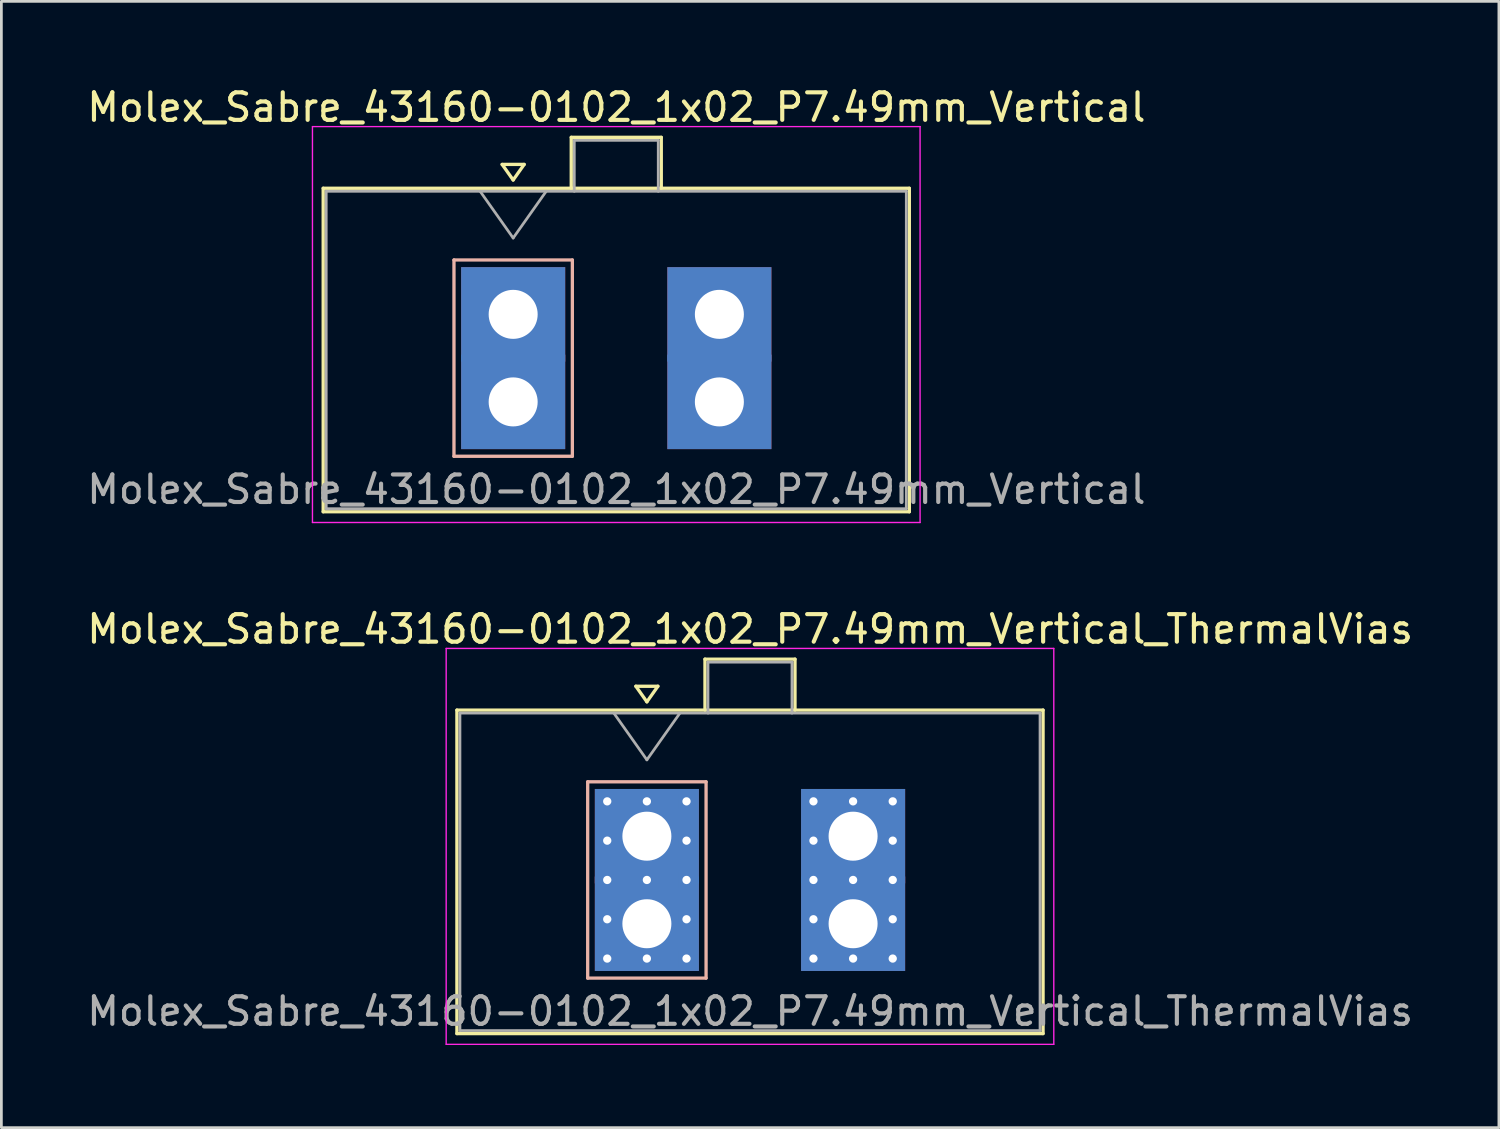
<source format=kicad_pcb>
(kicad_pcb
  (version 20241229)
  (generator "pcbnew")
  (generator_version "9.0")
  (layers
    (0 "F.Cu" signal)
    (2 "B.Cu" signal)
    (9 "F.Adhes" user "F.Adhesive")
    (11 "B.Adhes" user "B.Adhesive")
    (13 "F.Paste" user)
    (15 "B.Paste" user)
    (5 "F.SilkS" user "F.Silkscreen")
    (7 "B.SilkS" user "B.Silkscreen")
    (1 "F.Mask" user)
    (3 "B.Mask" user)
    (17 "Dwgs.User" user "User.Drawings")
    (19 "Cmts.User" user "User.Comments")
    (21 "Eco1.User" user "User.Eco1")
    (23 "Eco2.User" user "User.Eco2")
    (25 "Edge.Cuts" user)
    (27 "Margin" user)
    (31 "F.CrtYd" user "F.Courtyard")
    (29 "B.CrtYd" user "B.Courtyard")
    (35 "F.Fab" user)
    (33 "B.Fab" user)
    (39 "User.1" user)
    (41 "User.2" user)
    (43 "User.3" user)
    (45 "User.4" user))
  (footprint "Molex_Sabre_43160-0102_1x02_P7.49mm_Vertical"
    (layer "F.Cu")
    (at 15.589 11.548)
    (property "Reference" "Molex_Sabre_43160-0102_1x02_P7.49mm_Vertical" (at 3.75 -10.7 0) (layer "F.SilkS") (effects (font (size 1 1) (thickness 0.15))))
    (attr through_hole)
    (fp_line (start -6.9 -7.76) (end -6.9 3.99) (stroke (width 0.12) (type solid)) (layer "F.SilkS"))
    (fp_line (start -6.9 3.99) (end 14.39 3.99) (stroke (width 0.12) (type solid)) (layer "F.SilkS"))
    (fp_line (start -0.4 -8.626) (end 0 -8.06) (stroke (width 0.12) (type solid)) (layer "F.SilkS"))
    (fp_line (start 0 -8.06) (end 0.4 -8.626) (stroke (width 0.12) (type solid)) (layer "F.SilkS"))
    (fp_line (start 0.4 -8.626) (end -0.4 -8.626) (stroke (width 0.12) (type solid)) (layer "F.SilkS"))
    (fp_line (start 2.11 -9.61) (end 5.38 -9.61) (stroke (width 0.12) (type solid)) (layer "F.SilkS"))
    (fp_line (start 2.11 -7.76) (end 2.11 -9.61) (stroke (width 0.12) (type solid)) (layer "F.SilkS"))
    (fp_line (start 5.38 -9.61) (end 5.38 -7.76) (stroke (width 0.12) (type solid)) (layer "F.SilkS"))
    (fp_line (start 14.39 -7.76) (end -6.9 -7.76) (stroke (width 0.12) (type solid)) (layer "F.SilkS"))
    (fp_line (start 14.39 3.99) (end 14.39 -7.76) (stroke (width 0.12) (type solid)) (layer "F.SilkS"))
    (fp_line (start -2.15 -5.155) (end -2.15 1.975) (stroke (width 0.12) (type solid)) (layer "B.SilkS"))
    (fp_line (start -2.15 1.975) (end 2.15 1.975) (stroke (width 0.12) (type solid)) (layer "B.SilkS"))
    (fp_line (start 2.15 -5.155) (end -2.15 -5.155) (stroke (width 0.12) (type solid)) (layer "B.SilkS"))
    (fp_line (start 2.15 1.975) (end 2.15 -5.155) (stroke (width 0.12) (type solid)) (layer "B.SilkS"))
    (fp_line (start -7.29 -10) (end -7.29 4.38) (stroke (width 0.05) (type solid)) (layer "F.CrtYd"))
    (fp_line (start -7.29 4.38) (end 14.78 4.38) (stroke (width 0.05) (type solid)) (layer "F.CrtYd"))
    (fp_line (start 14.78 -10) (end -7.29 -10) (stroke (width 0.05) (type solid)) (layer "F.CrtYd"))
    (fp_line (start 14.78 4.38) (end 14.78 -10) (stroke (width 0.05) (type solid)) (layer "F.CrtYd"))
    (fp_line (start -6.79 -7.65) (end -6.79 3.88) (stroke (width 0.1) (type solid)) (layer "F.Fab"))
    (fp_line (start -6.79 3.88) (end 14.28 3.88) (stroke (width 0.1) (type solid)) (layer "F.Fab"))
    (fp_line (start -1.2 -7.65) (end 0 -5.953) (stroke (width 0.1) (type solid)) (layer "F.Fab"))
    (fp_line (start 0 -5.953) (end 1.2 -7.65) (stroke (width 0.1) (type solid)) (layer "F.Fab"))
    (fp_line (start 2.22 -9.5) (end 5.27 -9.5) (stroke (width 0.1) (type solid)) (layer "F.Fab"))
    (fp_line (start 2.22 -7.65) (end 2.22 -9.5) (stroke (width 0.1) (type solid)) (layer "F.Fab"))
    (fp_line (start 5.27 -9.5) (end 5.27 -7.65) (stroke (width 0.1) (type solid)) (layer "F.Fab"))
    (fp_line (start 14.28 -7.65) (end -6.79 -7.65) (stroke (width 0.1) (type solid)) (layer "F.Fab"))
    (fp_line (start 14.28 3.88) (end 14.28 -7.65) (stroke (width 0.1) (type solid)) (layer "F.Fab"))
    (fp_text user "${REFERENCE}" (at 3.75 3.18 0) (layer "F.Fab") (effects (font (size 1 1) (thickness 0.15))))
    (pad "1" thru_hole rect (at 0 -3.18) (size 3.78 3.43) (drill 1.78) (layers "*.Cu" "*.Mask"))
    (pad "1" thru_hole rect (at 0 0) (size 3.78 3.43) (drill 1.78) (layers "*.Cu" "*.Mask"))
    (pad "2" thru_hole rect (at 7.49 -3.18) (size 3.78 3.43) (drill 1.78) (layers "*.Cu" "*.Mask"))
    (pad "2" thru_hole rect (at 7.49 0) (size 3.78 3.43) (drill 1.78) (layers "*.Cu" "*.Mask")))
  (footprint "Molex_Sabre_43160-0102_1x02_P7.49mm_Vertical_ThermalVias"
    (layer "F.Cu")
    (at 20.446 30.502)
    (property "Reference" "Molex_Sabre_43160-0102_1x02_P7.49mm_Vertical_ThermalVias" (at 3.75 -10.7 0) (layer "F.SilkS") (effects (font (size 1 1) (thickness 0.15))))
    (attr through_hole)
    (fp_line (start -6.9 -7.76) (end -6.9 3.99) (stroke (width 0.12) (type solid)) (layer "F.SilkS"))
    (fp_line (start -6.9 3.99) (end 14.39 3.99) (stroke (width 0.12) (type solid)) (layer "F.SilkS"))
    (fp_line (start -0.4 -8.626) (end 0 -8.06) (stroke (width 0.12) (type solid)) (layer "F.SilkS"))
    (fp_line (start 0 -8.06) (end 0.4 -8.626) (stroke (width 0.12) (type solid)) (layer "F.SilkS"))
    (fp_line (start 0.4 -8.626) (end -0.4 -8.626) (stroke (width 0.12) (type solid)) (layer "F.SilkS"))
    (fp_line (start 2.11 -9.61) (end 5.38 -9.61) (stroke (width 0.12) (type solid)) (layer "F.SilkS"))
    (fp_line (start 2.11 -7.76) (end 2.11 -9.61) (stroke (width 0.12) (type solid)) (layer "F.SilkS"))
    (fp_line (start 5.38 -9.61) (end 5.38 -7.76) (stroke (width 0.12) (type solid)) (layer "F.SilkS"))
    (fp_line (start 14.39 -7.76) (end -6.9 -7.76) (stroke (width 0.12) (type solid)) (layer "F.SilkS"))
    (fp_line (start 14.39 3.99) (end 14.39 -7.76) (stroke (width 0.12) (type solid)) (layer "F.SilkS"))
    (fp_line (start -2.15 -5.155) (end -2.15 1.975) (stroke (width 0.12) (type solid)) (layer "B.SilkS"))
    (fp_line (start -2.15 1.975) (end 2.15 1.975) (stroke (width 0.12) (type solid)) (layer "B.SilkS"))
    (fp_line (start 2.15 -5.155) (end -2.15 -5.155) (stroke (width 0.12) (type solid)) (layer "B.SilkS"))
    (fp_line (start 2.15 1.975) (end 2.15 -5.155) (stroke (width 0.12) (type solid)) (layer "B.SilkS"))
    (fp_line (start -7.29 -10) (end -7.29 4.38) (stroke (width 0.05) (type solid)) (layer "F.CrtYd"))
    (fp_line (start -7.29 4.38) (end 14.78 4.38) (stroke (width 0.05) (type solid)) (layer "F.CrtYd"))
    (fp_line (start 14.78 -10) (end -7.29 -10) (stroke (width 0.05) (type solid)) (layer "F.CrtYd"))
    (fp_line (start 14.78 4.38) (end 14.78 -10) (stroke (width 0.05) (type solid)) (layer "F.CrtYd"))
    (fp_line (start -6.79 -7.65) (end -6.79 3.88) (stroke (width 0.1) (type solid)) (layer "F.Fab"))
    (fp_line (start -6.79 3.88) (end 14.28 3.88) (stroke (width 0.1) (type solid)) (layer "F.Fab"))
    (fp_line (start -1.2 -7.65) (end 0 -5.953) (stroke (width 0.1) (type solid)) (layer "F.Fab"))
    (fp_line (start 0 -5.953) (end 1.2 -7.65) (stroke (width 0.1) (type solid)) (layer "F.Fab"))
    (fp_line (start 2.22 -9.5) (end 5.27 -9.5) (stroke (width 0.1) (type solid)) (layer "F.Fab"))
    (fp_line (start 2.22 -7.65) (end 2.22 -9.5) (stroke (width 0.1) (type solid)) (layer "F.Fab"))
    (fp_line (start 5.27 -9.5) (end 5.27 -7.65) (stroke (width 0.1) (type solid)) (layer "F.Fab"))
    (fp_line (start 14.28 -7.65) (end -6.79 -7.65) (stroke (width 0.1) (type solid)) (layer "F.Fab"))
    (fp_line (start 14.28 3.88) (end 14.28 -7.65) (stroke (width 0.1) (type solid)) (layer "F.Fab"))
    (fp_text user "${REFERENCE}" (at 3.75 3.18 0) (layer "F.Fab") (effects (font (size 1 1) (thickness 0.15))))
    (pad "1" thru_hole rect (at -1.44 -4.445) (size 0.6 0.6) (drill 0.3) (layers "*.Cu" "*.Mask"))
    (pad "1" thru_hole rect (at -1.44 -3.018) (size 0.6 0.6) (drill 0.3) (layers "*.Cu" "*.Mask"))
    (pad "1" thru_hole rect (at -1.44 -1.59) (size 0.6 0.6) (drill 0.3) (layers "*.Cu" "*.Mask"))
    (pad "1" thru_hole rect (at -1.44 -0.163) (size 0.6 0.6) (drill 0.3) (layers "*.Cu" "*.Mask"))
    (pad "1" thru_hole rect (at -1.44 1.265) (size 0.6 0.6) (drill 0.3) (layers "*.Cu" "*.Mask"))
    (pad "1" thru_hole rect (at 0 -4.445) (size 0.6 0.6) (drill 0.3) (layers "*.Cu" "*.Mask"))
    (pad "1" thru_hole rect (at 0 -3.18) (size 3.78 3.43) (drill 1.78) (layers "*.Cu" "*.Mask"))
    (pad "1" thru_hole rect (at 0 -1.59) (size 0.6 0.6) (drill 0.3) (layers "*.Cu" "*.Mask"))
    (pad "1" thru_hole rect (at 0 0) (size 3.78 3.43) (drill 1.78) (layers "*.Cu" "*.Mask"))
    (pad "1" thru_hole rect (at 0 1.265) (size 0.6 0.6) (drill 0.3) (layers "*.Cu" "*.Mask"))
    (pad "1" thru_hole rect (at 1.44 -4.445) (size 0.6 0.6) (drill 0.3) (layers "*.Cu" "*.Mask"))
    (pad "1" thru_hole rect (at 1.44 -3.018) (size 0.6 0.6) (drill 0.3) (layers "*.Cu" "*.Mask"))
    (pad "1" thru_hole rect (at 1.44 -1.59) (size 0.6 0.6) (drill 0.3) (layers "*.Cu" "*.Mask"))
    (pad "1" thru_hole rect (at 1.44 -0.163) (size 0.6 0.6) (drill 0.3) (layers "*.Cu" "*.Mask"))
    (pad "1" thru_hole rect (at 1.44 1.265) (size 0.6 0.6) (drill 0.3) (layers "*.Cu" "*.Mask"))
    (pad "2" thru_hole circle (at 6.05 -4.445) (size 0.6 0.6) (drill 0.3) (layers "*.Cu" "*.Mask"))
    (pad "2" thru_hole circle (at 6.05 -3.018) (size 0.6 0.6) (drill 0.3) (layers "*.Cu" "*.Mask"))
    (pad "2" thru_hole circle (at 6.05 -1.59) (size 0.6 0.6) (drill 0.3) (layers "*.Cu" "*.Mask"))
    (pad "2" thru_hole circle (at 6.05 -0.163) (size 0.6 0.6) (drill 0.3) (layers "*.Cu" "*.Mask"))
    (pad "2" thru_hole circle (at 6.05 1.265) (size 0.6 0.6) (drill 0.3) (layers "*.Cu" "*.Mask"))
    (pad "2" thru_hole circle (at 7.49 -4.445) (size 0.6 0.6) (drill 0.3) (layers "*.Cu" "*.Mask"))
    (pad "2" thru_hole rect (at 7.49 -3.18) (size 3.78 3.43) (drill 1.78) (layers "*.Cu" "*.Mask"))
    (pad "2" thru_hole circle (at 7.49 -1.59) (size 0.6 0.6) (drill 0.3) (layers "*.Cu" "*.Mask"))
    (pad "2" thru_hole rect (at 7.49 0) (size 3.78 3.43) (drill 1.78) (layers "*.Cu" "*.Mask"))
    (pad "2" thru_hole circle (at 7.49 1.265) (size 0.6 0.6) (drill 0.3) (layers "*.Cu" "*.Mask"))
    (pad "2" thru_hole circle (at 8.93 -4.445) (size 0.6 0.6) (drill 0.3) (layers "*.Cu" "*.Mask"))
    (pad "2" thru_hole circle (at 8.93 -3.018) (size 0.6 0.6) (drill 0.3) (layers "*.Cu" "*.Mask"))
    (pad "2" thru_hole circle (at 8.93 -1.59) (size 0.6 0.6) (drill 0.3) (layers "*.Cu" "*.Mask"))
    (pad "2" thru_hole circle (at 8.93 -0.163) (size 0.6 0.6) (drill 0.3) (layers "*.Cu" "*.Mask"))
    (pad "2" thru_hole circle (at 8.93 1.265) (size 0.6 0.6) (drill 0.3) (layers "*.Cu" "*.Mask")))
  (gr_rect
    (start -3 -3)
    (end 51.393 37.907)
    (stroke (width 0.1) (type default))
    (fill no)
    (layer "Edge.Cuts")))
</source>
